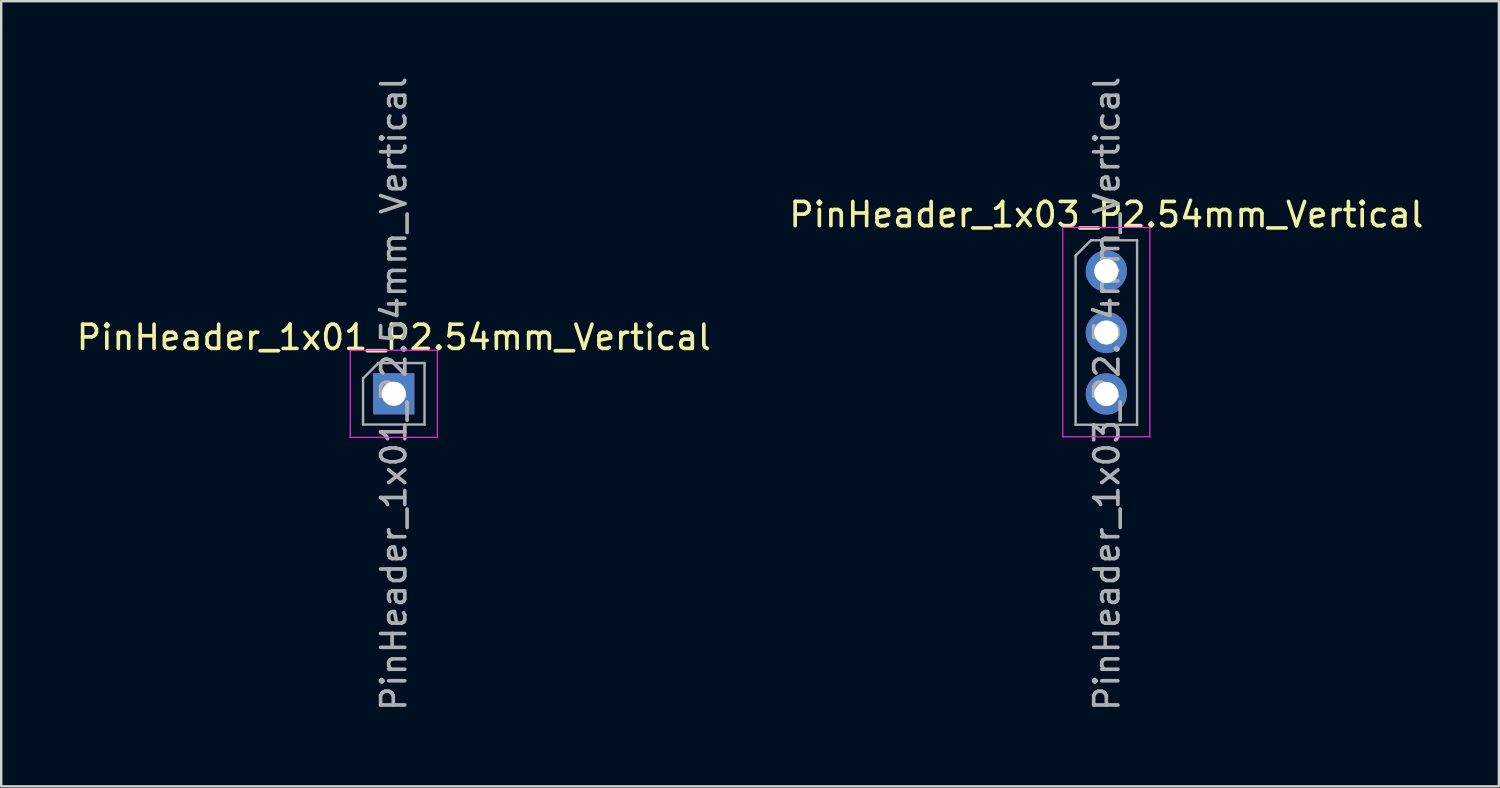
<source format=kicad_pcb>
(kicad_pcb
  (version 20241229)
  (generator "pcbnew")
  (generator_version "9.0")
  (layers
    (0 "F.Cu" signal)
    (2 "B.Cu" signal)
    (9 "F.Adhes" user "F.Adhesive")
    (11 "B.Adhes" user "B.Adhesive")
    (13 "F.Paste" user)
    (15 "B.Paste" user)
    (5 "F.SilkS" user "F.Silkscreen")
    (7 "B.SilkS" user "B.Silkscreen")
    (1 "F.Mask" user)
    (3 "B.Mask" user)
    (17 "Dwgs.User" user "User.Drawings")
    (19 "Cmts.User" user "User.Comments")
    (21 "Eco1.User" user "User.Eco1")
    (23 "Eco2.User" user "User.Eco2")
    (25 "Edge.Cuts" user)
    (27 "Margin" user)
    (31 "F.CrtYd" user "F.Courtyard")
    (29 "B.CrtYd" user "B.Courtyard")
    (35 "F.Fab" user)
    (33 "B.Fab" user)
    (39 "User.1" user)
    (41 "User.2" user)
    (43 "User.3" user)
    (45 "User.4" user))
  (footprint "PinHeader_1x03_P2.54mm_Vertical"
    (layer "F.Cu")
    (at 42.683 10.68)
    (property "Reference" "PinHeader_1x03_P2.54mm_Vertical" (at -0.022 -4.862 0) (layer "F.SilkS") (effects (font (size 1 1) (thickness 0.15))))
    (attr through_hole)
    (fp_line (start -1.822 -4.332) (end -1.822 4.318) (stroke (width 0.05) (type solid)) (layer "F.CrtYd"))
    (fp_line (start -1.822 4.318) (end 1.778 4.318) (stroke (width 0.05) (type solid)) (layer "F.CrtYd"))
    (fp_line (start 1.778 -4.332) (end -1.822 -4.332) (stroke (width 0.05) (type solid)) (layer "F.CrtYd"))
    (fp_line (start 1.778 4.318) (end 1.778 -4.332) (stroke (width 0.05) (type solid)) (layer "F.CrtYd"))
    (fp_line (start -1.292 -3.167) (end -0.657 -3.802) (stroke (width 0.1) (type solid)) (layer "F.Fab"))
    (fp_line (start -1.292 3.818) (end -1.292 -3.167) (stroke (width 0.1) (type solid)) (layer "F.Fab"))
    (fp_line (start -0.657 -3.802) (end 1.248 -3.802) (stroke (width 0.1) (type solid)) (layer "F.Fab"))
    (fp_line (start 1.248 -3.802) (end 1.248 3.818) (stroke (width 0.1) (type solid)) (layer "F.Fab"))
    (fp_line (start 1.248 3.818) (end -1.292 3.818) (stroke (width 0.1) (type solid)) (layer "F.Fab"))
    (fp_text user "${REFERENCE}" (at 0 2.54 90) (layer "F.Fab") (effects (font (size 1 1) (thickness 0.15))))
    (pad "1" thru_hole circle (at -0.022 -2.532) (size 1.7 1.7) (drill 1) (layers "*.Cu" "*.Mask"))
    (pad "2" thru_hole oval (at -0.022 0.008) (size 1.7 1.7) (drill 1) (layers "*.Cu" "*.Mask"))
    (pad "3" thru_hole oval (at -0.022 2.548) (size 1.7 1.7) (drill 1) (layers "*.Cu" "*.Mask")))
  (footprint "PinHeader_1x01_P2.54mm_Vertical"
    (layer "F.Cu")
    (at 13.22 13.22)
    (property "Reference" "PinHeader_1x01_P2.54mm_Vertical" (at 0 -2.33 0) (layer "F.SilkS") (effects (font (size 1 1) (thickness 0.15))))
    (attr through_hole)
    (fp_line (start -1.8 -1.8) (end -1.8 1.8) (stroke (width 0.05) (type solid)) (layer "F.CrtYd"))
    (fp_line (start -1.8 1.8) (end 1.8 1.8) (stroke (width 0.05) (type solid)) (layer "F.CrtYd"))
    (fp_line (start 1.8 -1.8) (end -1.8 -1.8) (stroke (width 0.05) (type solid)) (layer "F.CrtYd"))
    (fp_line (start 1.8 1.8) (end 1.8 -1.8) (stroke (width 0.05) (type solid)) (layer "F.CrtYd"))
    (fp_line (start -1.27 -0.635) (end -0.635 -1.27) (stroke (width 0.1) (type solid)) (layer "F.Fab"))
    (fp_line (start -1.27 1.27) (end -1.27 -0.635) (stroke (width 0.1) (type solid)) (layer "F.Fab"))
    (fp_line (start -0.635 -1.27) (end 1.27 -1.27) (stroke (width 0.1) (type solid)) (layer "F.Fab"))
    (fp_line (start 1.27 -1.27) (end 1.27 1.27) (stroke (width 0.1) (type solid)) (layer "F.Fab"))
    (fp_line (start 1.27 1.27) (end -1.27 1.27) (stroke (width 0.1) (type solid)) (layer "F.Fab"))
    (fp_text user "${REFERENCE}" (at 0 0 90) (layer "F.Fab") (effects (font (size 1 1) (thickness 0.15))))
    (pad "1" thru_hole rect (at 0 0) (size 1.7 1.7) (drill 1) (layers "*.Cu" "*.Mask")))
  (gr_rect
    (start -3 -3)
    (end 58.881 29.44)
    (stroke (width 0.1) (type default))
    (fill no)
    (layer "Edge.Cuts")))
</source>
